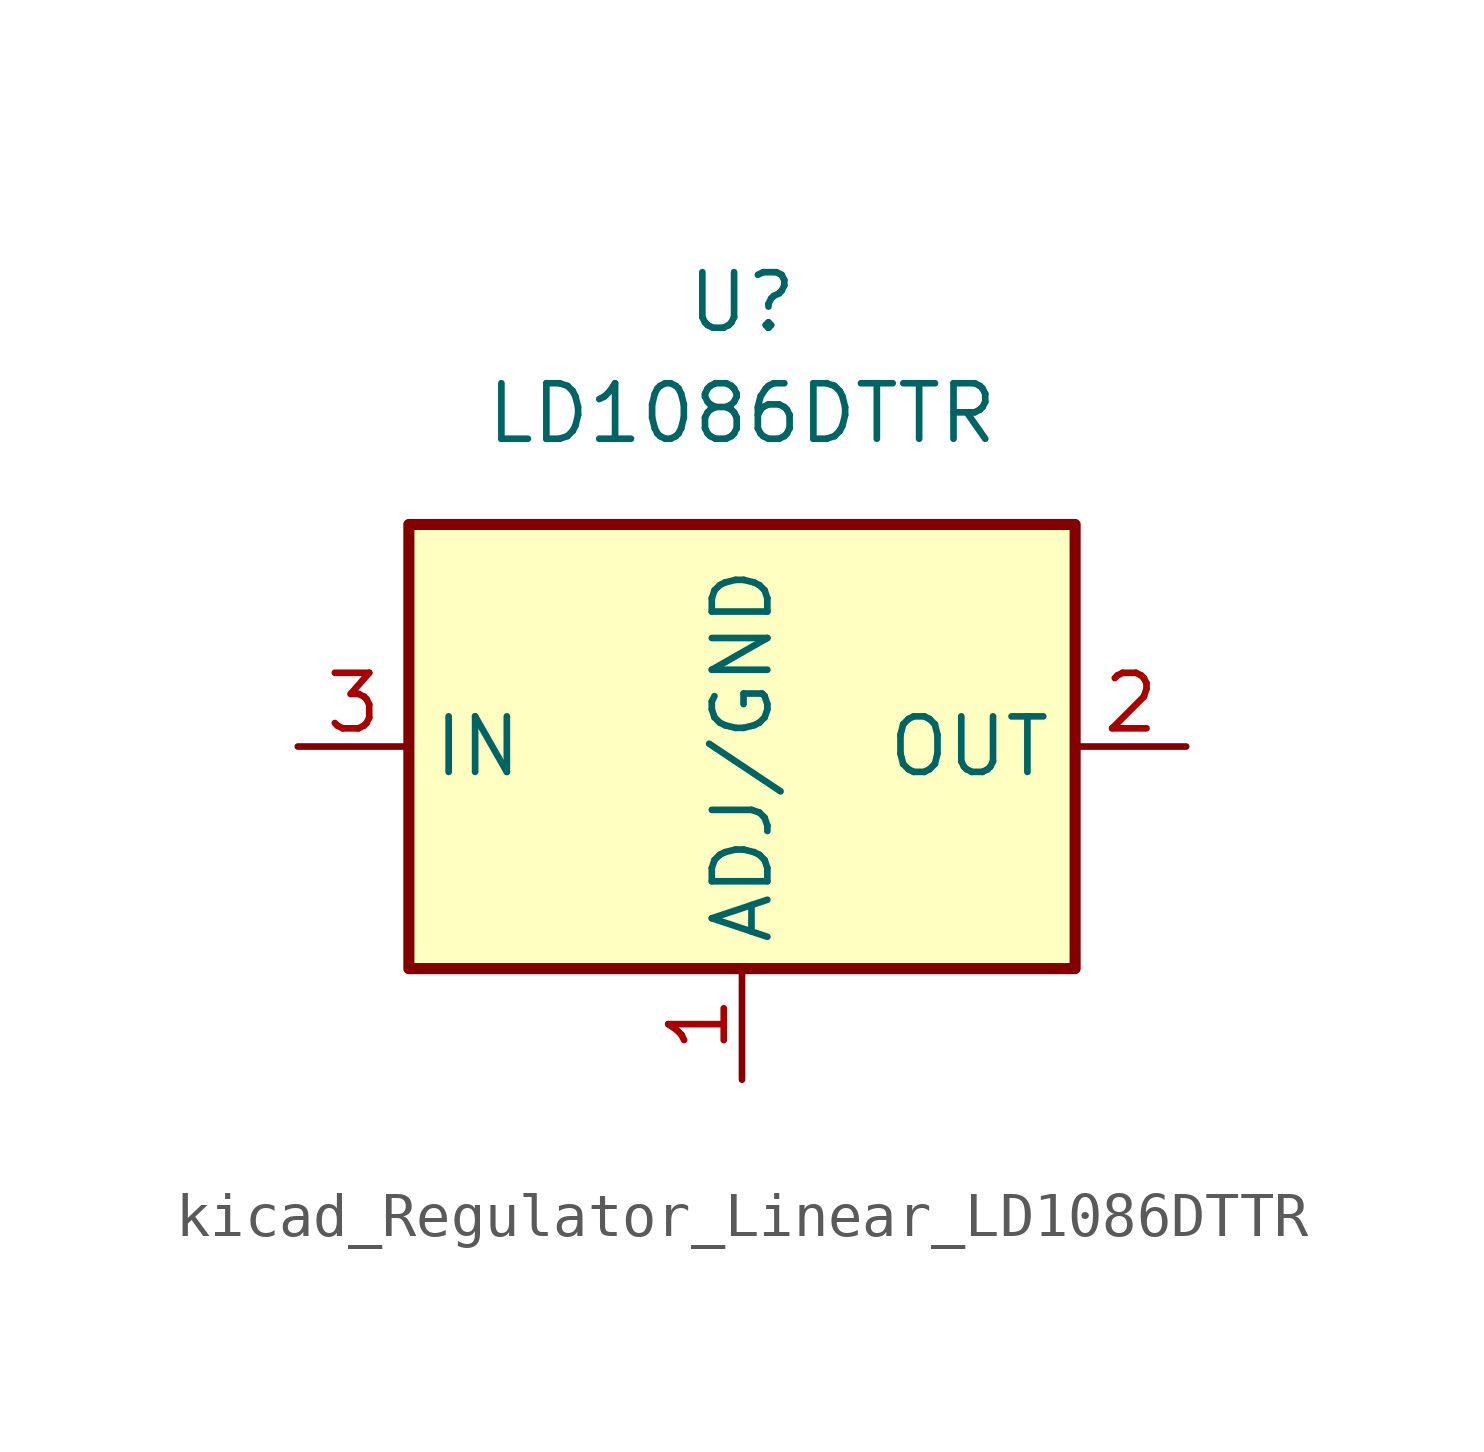
<source format=kicad_sym>
(kicad_symbol_lib
  (version 20220914)
  (generator kicad_symbol_editor)
  (symbol "kicad_Regulator_Linear_LD1086DTTR"
    (property "Reference" "U"
      (at 0 10.16 0)
      (effects (font (size 1.27 1.27))))
    (property "Value" "LD1086DTTR"
      (at 0 7.62 0)
      (effects (font (size 1.27 1.27))))
    (symbol "kicad_Regulator_Linear_LD1086DTTR_1_1"
      (rectangle (start -7.62 -5.08) (end 7.62 5.08) (stroke (width 0.254) (type default)) (fill (type background)))
      (pin input line (at 0 -7.62 90) (length 2.54) (name "ADJ/GND" (effects (font (size 1.27 1.27)))) (number "1" (effects (font (size 1.27 1.27)))))
      (pin power_out line (at 10.16 0 180) (length 2.54) (name "OUT" (effects (font (size 1.27 1.27)))) (number "2" (effects (font (size 1.27 1.27)))))
      (pin power_in line (at -10.16 0 0) (length 2.54) (name "IN" (effects (font (size 1.27 1.27)))) (number "3" (effects (font (size 1.27 1.27))))))))
</source>
